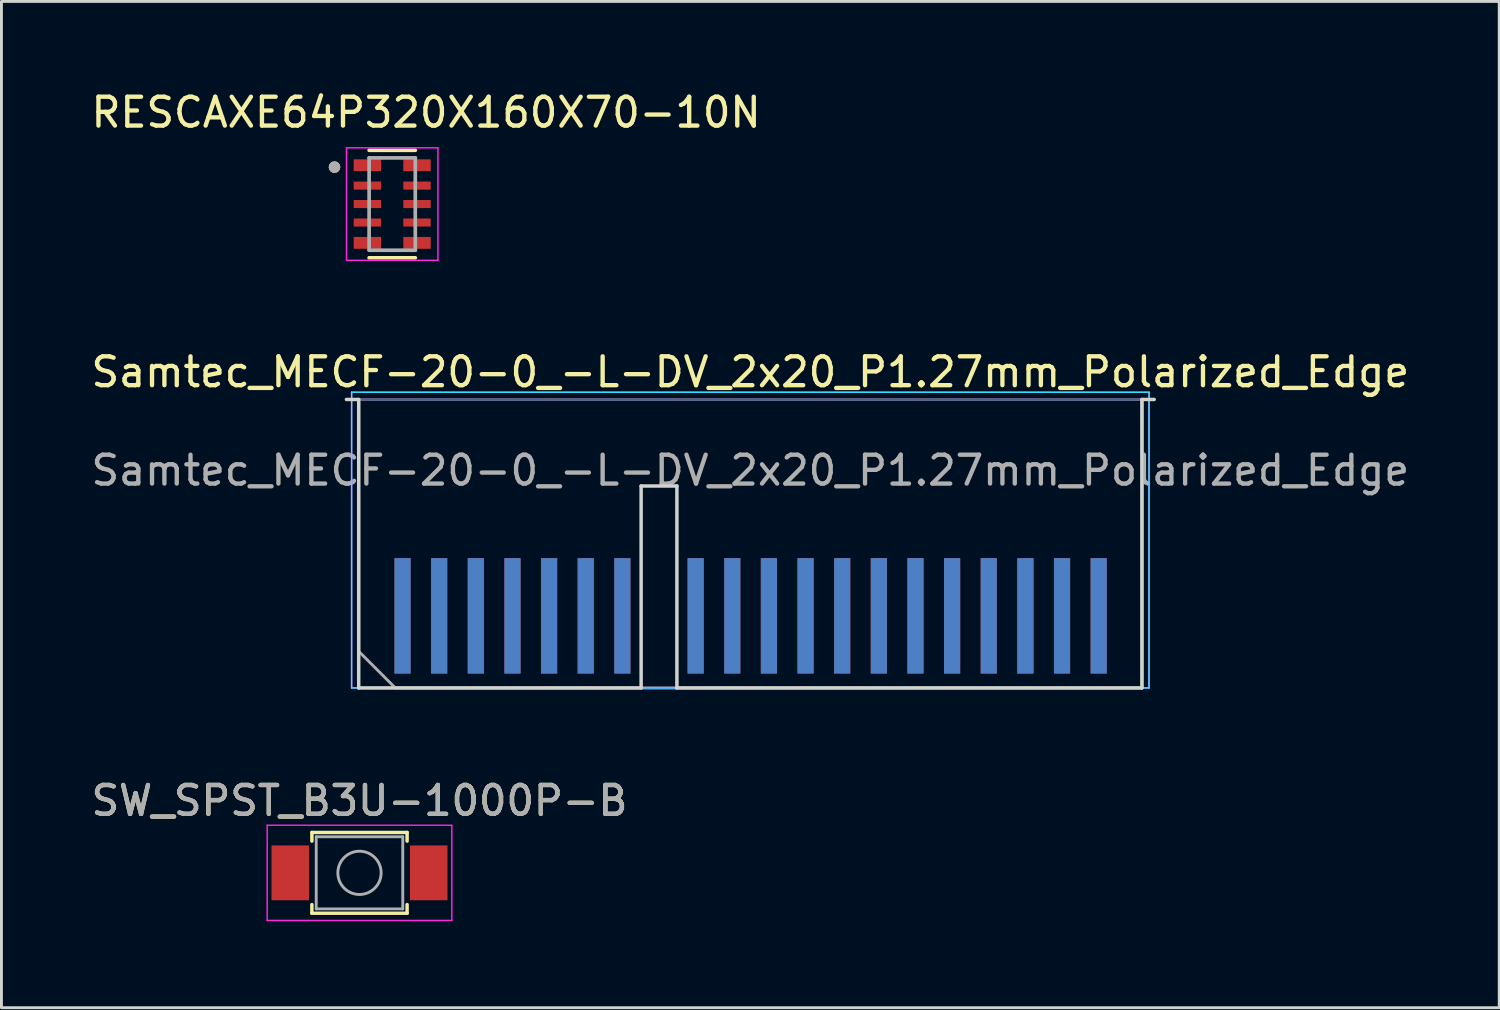
<source format=kicad_pcb>
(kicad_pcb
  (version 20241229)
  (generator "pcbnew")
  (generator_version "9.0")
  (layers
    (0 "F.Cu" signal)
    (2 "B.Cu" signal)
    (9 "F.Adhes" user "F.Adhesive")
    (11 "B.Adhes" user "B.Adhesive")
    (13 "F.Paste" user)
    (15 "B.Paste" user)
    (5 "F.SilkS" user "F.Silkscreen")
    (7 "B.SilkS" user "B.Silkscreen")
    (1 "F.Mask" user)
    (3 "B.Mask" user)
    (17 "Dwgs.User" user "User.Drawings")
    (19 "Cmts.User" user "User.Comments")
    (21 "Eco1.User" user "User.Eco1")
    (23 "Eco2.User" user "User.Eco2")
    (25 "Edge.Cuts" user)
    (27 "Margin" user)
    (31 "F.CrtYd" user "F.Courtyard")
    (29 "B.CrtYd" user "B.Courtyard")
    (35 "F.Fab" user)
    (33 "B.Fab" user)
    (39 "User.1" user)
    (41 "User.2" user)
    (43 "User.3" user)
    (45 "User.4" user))
  (footprint "RESCAXE64P320X160X70-10N"
    (layer "F.Cu")
    (at 10.545 4.023)
    (property "Reference" "RESCAXE64P320X160X70-10N" (at 1.175 -3.175 0) (layer "F.SilkS") (effects (font (size 1 1) (thickness 0.15))))
    (attr through_hole)
    (fp_line (start -0.8 1.863) (end 0.8 1.863) (stroke (width 0.127) (type solid)) (layer "F.SilkS"))
    (fp_line (start 0.8 -1.863) (end -0.8 -1.863) (stroke (width 0.127) (type solid)) (layer "F.SilkS"))
    (fp_circle (center -2 -1.28) (end -1.9 -1.28) (stroke (width 0.2) (type solid)) (fill no) (layer "F.SilkS"))
    (fp_line (start -1.585 -1.95) (end -1.585 1.95) (stroke (width 0.05) (type solid)) (layer "F.CrtYd"))
    (fp_line (start -1.585 1.95) (end 1.585 1.95) (stroke (width 0.05) (type solid)) (layer "F.CrtYd"))
    (fp_line (start 1.585 -1.95) (end -1.585 -1.95) (stroke (width 0.05) (type solid)) (layer "F.CrtYd"))
    (fp_line (start 1.585 1.95) (end 1.585 -1.95) (stroke (width 0.05) (type solid)) (layer "F.CrtYd"))
    (fp_line (start -0.8 -1.6) (end -0.8 1.6) (stroke (width 0.127) (type solid)) (layer "F.Fab"))
    (fp_line (start -0.8 1.6) (end 0.8 1.6) (stroke (width 0.127) (type solid)) (layer "F.Fab"))
    (fp_line (start 0.8 -1.6) (end -0.8 -1.6) (stroke (width 0.127) (type solid)) (layer "F.Fab"))
    (fp_line (start 0.8 1.6) (end 0.8 -1.6) (stroke (width 0.127) (type solid)) (layer "F.Fab"))
    (fp_circle (center -2 -1.28) (end -1.9 -1.28) (stroke (width 0.2) (type solid)) (fill no) (layer "F.Fab"))
    (pad "1" smd rect (at -0.86 -1.345) (size 0.95 0.41) (layers "F.Cu" "F.Mask" "F.Paste"))
    (pad "2" smd rect (at -0.86 -0.64) (size 0.95 0.28) (layers "F.Cu" "F.Mask" "F.Paste"))
    (pad "3" smd rect (at -0.86 0) (size 0.95 0.28) (layers "F.Cu" "F.Mask" "F.Paste"))
    (pad "4" smd rect (at -0.86 0.64) (size 0.95 0.28) (layers "F.Cu" "F.Mask" "F.Paste"))
    (pad "5" smd rect (at -0.86 1.345) (size 0.95 0.41) (layers "F.Cu" "F.Mask" "F.Paste"))
    (pad "6" smd rect (at 0.86 1.345) (size 0.95 0.41) (layers "F.Cu" "F.Mask" "F.Paste"))
    (pad "7" smd rect (at 0.86 0.64) (size 0.95 0.28) (layers "F.Cu" "F.Mask" "F.Paste"))
    (pad "8" smd rect (at 0.86 0) (size 0.95 0.28) (layers "F.Cu" "F.Mask" "F.Paste"))
    (pad "9" smd rect (at 0.86 -0.64) (size 0.95 0.28) (layers "F.Cu" "F.Mask" "F.Paste"))
    (pad "10" smd rect (at 0.86 -1.345) (size 0.95 0.41) (layers "F.Cu" "F.Mask" "F.Paste")))
  (footprint "SW_SPST_B3U-1000P-B"
    (layer "F.Cu")
    (at 9.411 27.205)
    (property "Reference" "SW_SPST_B3U-1000P-B" (at 0 -2.5 0) (layer "F.SilkS") (effects (font (size 1 1) (thickness 0.15))))
    (attr smd)
    (fp_line (start -1.65 -1.4) (end 1.65 -1.4) (stroke (width 0.12) (type solid)) (layer "F.SilkS"))
    (fp_line (start -1.65 -1.1) (end -1.65 -1.4) (stroke (width 0.12) (type solid)) (layer "F.SilkS"))
    (fp_line (start -1.65 1.1) (end -1.65 1.4) (stroke (width 0.12) (type solid)) (layer "F.SilkS"))
    (fp_line (start -1.65 1.4) (end 1.65 1.4) (stroke (width 0.12) (type solid)) (layer "F.SilkS"))
    (fp_line (start 1.65 -1.4) (end 1.65 -1.1) (stroke (width 0.12) (type solid)) (layer "F.SilkS"))
    (fp_line (start 1.65 1.4) (end 1.65 1.1) (stroke (width 0.12) (type solid)) (layer "F.SilkS"))
    (fp_line (start -3.2 -1.65) (end -3.2 1.65) (stroke (width 0.05) (type solid)) (layer "F.CrtYd"))
    (fp_line (start -3.2 1.65) (end 3.2 1.65) (stroke (width 0.05) (type solid)) (layer "F.CrtYd"))
    (fp_line (start 3.2 -1.65) (end -3.2 -1.65) (stroke (width 0.05) (type solid)) (layer "F.CrtYd"))
    (fp_line (start 3.2 1.65) (end 3.2 -1.65) (stroke (width 0.05) (type solid)) (layer "F.CrtYd"))
    (fp_line (start -1.5 -1.25) (end 1.5 -1.25) (stroke (width 0.1) (type solid)) (layer "F.Fab"))
    (fp_line (start -1.5 1.25) (end -1.5 -1.25) (stroke (width 0.1) (type solid)) (layer "F.Fab"))
    (fp_line (start 1.5 -1.25) (end 1.5 1.25) (stroke (width 0.1) (type solid)) (layer "F.Fab"))
    (fp_line (start 1.5 1.25) (end -1.5 1.25) (stroke (width 0.1) (type solid)) (layer "F.Fab"))
    (fp_circle (center 0 0) (end 0.75 0) (stroke (width 0.1) (type solid)) (fill no) (layer "F.Fab"))
    (fp_text user "${REFERENCE}" (at 0 -2.5 0) (layer "F.Fab") (effects (font (size 1 1) (thickness 0.15))))
    (pad "1" smd rect (at -2.4 0) (size 1.3 1.9) (layers "F.Cu" "F.Mask" "F.Paste"))
    (pad "2" smd rect (at 2.4 0) (size 1.3 1.9) (layers "F.Cu" "F.Mask" "F.Paste")))
  (footprint "Samtec_MECF-20-0_-L-DV_2x20_P1.27mm_Polarized_Edge"
    (layer "F.Cu")
    (at 22.958 15.796)
    (property "Reference" "Samtec_MECF-20-0_-L-DV_2x20_P1.27mm_Polarized_Edge" (at 0 -5.95 0) (layer "F.SilkS") (effects (font (size 1 1) (thickness 0.15))))
    (attr exclude_from_pos_files exclude_from_bom)
    (fp_line (start -14 -5) (end -13.575 -5) (stroke (width 0.12) (type solid)) (layer "Edge.Cuts"))
    (fp_line (start -13.575 5) (end -13.575 -5) (stroke (width 0.12) (type solid)) (layer "Edge.Cuts"))
    (fp_line (start -13.575 5) (end -3.785 5) (stroke (width 0.12) (type solid)) (layer "Edge.Cuts"))
    (fp_line (start -3.785 -2) (end -2.545 -2) (stroke (width 0.12) (type solid)) (layer "Edge.Cuts"))
    (fp_line (start -3.785 5) (end -3.785 -2) (stroke (width 0.12) (type solid)) (layer "Edge.Cuts"))
    (fp_line (start -2.545 5) (end -2.545 -2) (stroke (width 0.12) (type solid)) (layer "Edge.Cuts"))
    (fp_line (start -2.545 5) (end 13.575 5) (stroke (width 0.12) (type solid)) (layer "Edge.Cuts"))
    (fp_line (start 13.575 5) (end 13.575 -5) (stroke (width 0.12) (type solid)) (layer "Edge.Cuts"))
    (fp_line (start 14 -5) (end 13.575 -5) (stroke (width 0.12) (type solid)) (layer "Edge.Cuts"))
    (fp_line (start -13.82 -5.25) (end -13.82 5) (stroke (width 0.05) (type solid)) (layer "B.CrtYd"))
    (fp_line (start -13.82 5) (end 13.82 5) (stroke (width 0.05) (type solid)) (layer "B.CrtYd"))
    (fp_line (start 13.82 -5.25) (end -13.82 -5.25) (stroke (width 0.05) (type solid)) (layer "B.CrtYd"))
    (fp_line (start 13.82 5) (end 13.82 -5.25) (stroke (width 0.05) (type solid)) (layer "B.CrtYd"))
    (fp_line (start -13.82 -5.25) (end -13.82 5) (stroke (width 0.05) (type solid)) (layer "F.CrtYd"))
    (fp_line (start -13.82 5) (end 13.82 5) (stroke (width 0.05) (type solid)) (layer "F.CrtYd"))
    (fp_line (start 13.82 -5.25) (end -13.82 -5.25) (stroke (width 0.05) (type solid)) (layer "F.CrtYd"))
    (fp_line (start 13.82 5) (end 13.82 -5.25) (stroke (width 0.05) (type solid)) (layer "F.CrtYd"))
    (fp_line (start -13.575 -5) (end 13.575 -5) (stroke (width 0.1) (type solid)) (layer "B.Fab"))
    (fp_line (start -13.575 5) (end -13.575 -5) (stroke (width 0.1) (type solid)) (layer "B.Fab"))
    (fp_line (start -13.575 5) (end 13.575 5) (stroke (width 0.1) (type solid)) (layer "B.Fab"))
    (fp_line (start 13.575 5) (end 13.575 -5) (stroke (width 0.1) (type solid)) (layer "B.Fab"))
    (fp_line (start -13.575 -5) (end 13.575 -5) (stroke (width 0.1) (type solid)) (layer "F.Fab"))
    (fp_line (start -13.575 3.73) (end -13.575 -5) (stroke (width 0.1) (type solid)) (layer "F.Fab"))
    (fp_line (start -13.575 3.73) (end -12.305 5) (stroke (width 0.1) (type solid)) (layer "F.Fab"))
    (fp_line (start -12.305 5) (end 13.575 5) (stroke (width 0.1) (type solid)) (layer "F.Fab"))
    (fp_line (start 13.575 5) (end 13.575 -5) (stroke (width 0.1) (type solid)) (layer "F.Fab"))
    (fp_text user "${REFERENCE}" (at 0 -2.54 0) (layer "F.Fab") (effects (font (size 1 1) (thickness 0.15))))
    (pad "1" connect rect (at -12.055 2.5) (size 0.56 4) (layers "F.Cu" "F.Mask"))
    (pad "2" connect rect (at -12.055 2.5) (size 0.56 4) (layers "B.Cu" "B.Mask"))
    (pad "3" connect rect (at -10.785 2.5) (size 0.56 4) (layers "F.Cu" "F.Mask"))
    (pad "4" connect rect (at -10.785 2.5) (size 0.56 4) (layers "B.Cu" "B.Mask"))
    (pad "5" connect rect (at -9.515 2.5) (size 0.56 4) (layers "F.Cu" "F.Mask"))
    (pad "6" connect rect (at -9.515 2.5) (size 0.56 4) (layers "B.Cu" "B.Mask"))
    (pad "7" connect rect (at -8.245 2.5) (size 0.56 4) (layers "F.Cu" "F.Mask"))
    (pad "8" connect rect (at -8.245 2.5) (size 0.56 4) (layers "B.Cu" "B.Mask"))
    (pad "9" connect rect (at -6.975 2.5) (size 0.56 4) (layers "F.Cu" "F.Mask"))
    (pad "10" connect rect (at -6.975 2.5) (size 0.56 4) (layers "B.Cu" "B.Mask"))
    (pad "11" connect rect (at -5.705 2.5) (size 0.56 4) (layers "F.Cu" "F.Mask"))
    (pad "12" connect rect (at -5.705 2.5) (size 0.56 4) (layers "B.Cu" "B.Mask"))
    (pad "13" connect rect (at -4.435 2.5) (size 0.56 4) (layers "F.Cu" "F.Mask"))
    (pad "14" connect rect (at -4.435 2.5) (size 0.56 4) (layers "B.Cu" "B.Mask"))
    (pad "17" connect rect (at -1.895 2.5) (size 0.56 4) (layers "F.Cu" "F.Mask"))
    (pad "18" connect rect (at -1.895 2.5) (size 0.56 4) (layers "B.Cu" "B.Mask"))
    (pad "19" connect rect (at -0.625 2.5) (size 0.56 4) (layers "F.Cu" "F.Mask"))
    (pad "20" connect rect (at -0.625 2.5) (size 0.56 4) (layers "B.Cu" "B.Mask"))
    (pad "21" connect rect (at 0.645 2.5) (size 0.56 4) (layers "F.Cu" "F.Mask"))
    (pad "22" connect rect (at 0.645 2.5) (size 0.56 4) (layers "B.Cu" "B.Mask"))
    (pad "23" connect rect (at 1.915 2.5) (size 0.56 4) (layers "F.Cu" "F.Mask"))
    (pad "24" connect rect (at 1.915 2.5) (size 0.56 4) (layers "B.Cu" "B.Mask"))
    (pad "25" connect rect (at 3.185 2.5) (size 0.56 4) (layers "F.Cu" "F.Mask"))
    (pad "26" connect rect (at 3.185 2.5) (size 0.56 4) (layers "B.Cu" "B.Mask"))
    (pad "27" connect rect (at 4.455 2.5) (size 0.56 4) (layers "F.Cu" "F.Mask"))
    (pad "28" connect rect (at 4.455 2.5) (size 0.56 4) (layers "B.Cu" "B.Mask"))
    (pad "29" connect rect (at 5.725 2.5) (size 0.56 4) (layers "F.Cu" "F.Mask"))
    (pad "30" connect rect (at 5.725 2.5) (size 0.56 4) (layers "B.Cu" "B.Mask"))
    (pad "31" connect rect (at 6.995 2.5) (size 0.56 4) (layers "F.Cu" "F.Mask"))
    (pad "32" connect rect (at 6.995 2.5) (size 0.56 4) (layers "B.Cu" "B.Mask"))
    (pad "33" connect rect (at 8.265 2.5) (size 0.56 4) (layers "F.Cu" "F.Mask"))
    (pad "34" connect rect (at 8.265 2.5) (size 0.56 4) (layers "B.Cu" "B.Mask"))
    (pad "35" connect rect (at 9.535 2.5) (size 0.56 4) (layers "F.Cu" "F.Mask"))
    (pad "36" connect rect (at 9.535 2.5) (size 0.56 4) (layers "B.Cu" "B.Mask"))
    (pad "37" connect rect (at 10.805 2.5) (size 0.56 4) (layers "F.Cu" "F.Mask"))
    (pad "38" connect rect (at 10.805 2.5) (size 0.56 4) (layers "B.Cu" "B.Mask"))
    (pad "39" connect rect (at 12.075 2.5) (size 0.56 4) (layers "F.Cu" "F.Mask"))
    (pad "40" connect rect (at 12.075 2.5) (size 0.56 4) (layers "B.Cu" "B.Mask")))
  (gr_rect
    (start -3 -3)
    (end 48.917 31.88)
    (stroke (width 0.1) (type default))
    (fill no)
    (layer "Edge.Cuts")))
</source>
